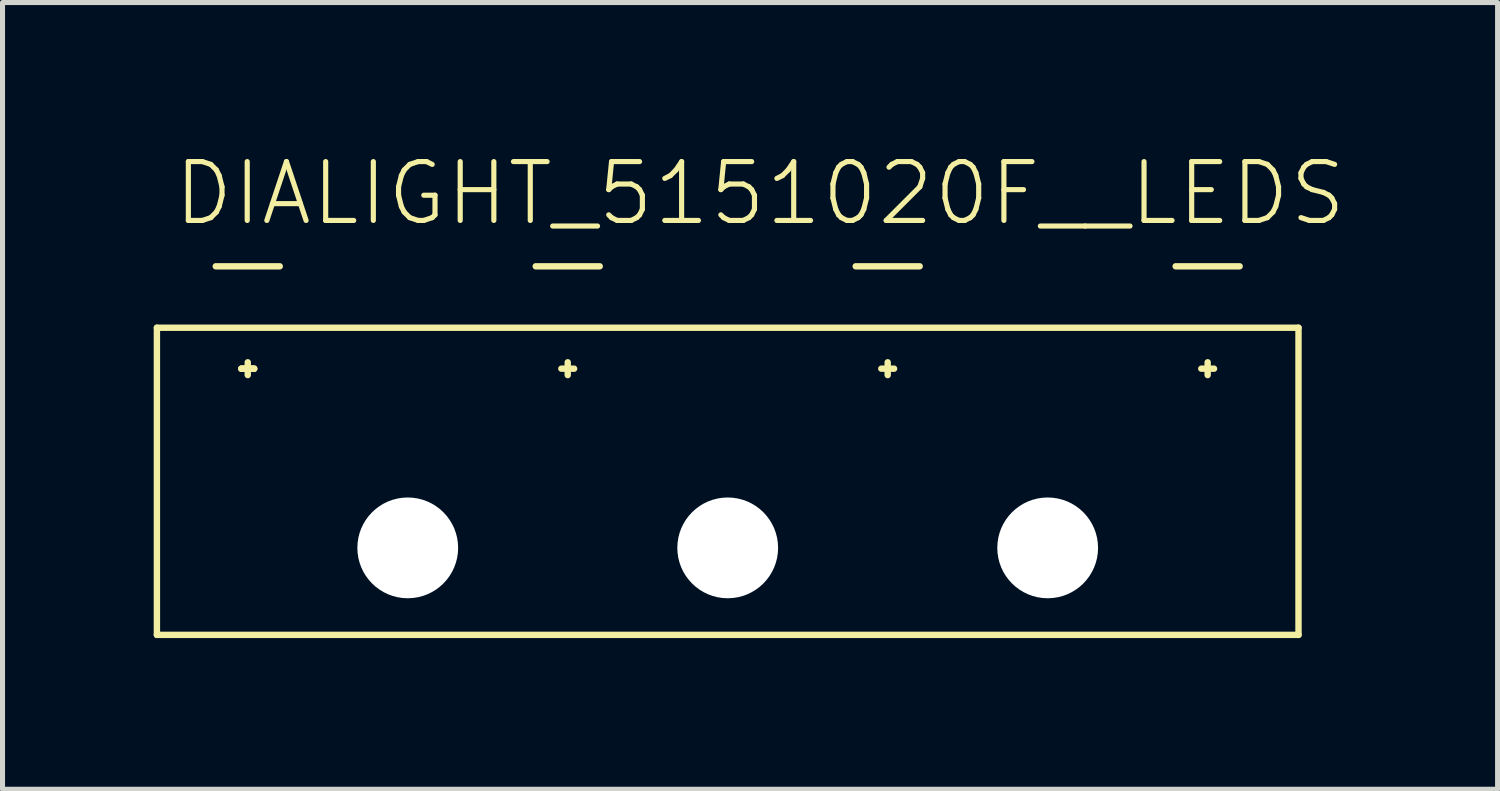
<source format=kicad_pcb>
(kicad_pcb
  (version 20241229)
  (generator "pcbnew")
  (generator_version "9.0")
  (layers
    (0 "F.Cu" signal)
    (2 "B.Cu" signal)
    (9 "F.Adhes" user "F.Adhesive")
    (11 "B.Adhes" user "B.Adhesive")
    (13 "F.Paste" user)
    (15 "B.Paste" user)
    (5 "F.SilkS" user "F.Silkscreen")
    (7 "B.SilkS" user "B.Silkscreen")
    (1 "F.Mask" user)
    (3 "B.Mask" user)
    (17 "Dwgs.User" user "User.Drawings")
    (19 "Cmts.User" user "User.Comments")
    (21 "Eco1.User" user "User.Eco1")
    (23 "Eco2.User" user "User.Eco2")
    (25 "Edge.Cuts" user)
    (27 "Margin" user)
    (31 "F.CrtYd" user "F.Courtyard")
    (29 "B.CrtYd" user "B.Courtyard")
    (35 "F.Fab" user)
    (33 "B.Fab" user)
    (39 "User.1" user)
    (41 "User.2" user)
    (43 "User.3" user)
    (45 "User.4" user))
  (footprint "DIALIGHT_5151020F__LEDS"
    (layer "F.Cu")
    (at 11.392 7.823)
    (property "Reference" "DIALIGHT_5151020F__LEDS" (at -11.049 -6.35 0) (layer "F.SilkS") (effects (font (size 1.168 1.168) (thickness 0.102)) (justify left bottom)))
    (fp_line (start -11.328 -4.369) (end 11.328 -4.369) (stroke (width 0.127) (type solid)) (layer "F.SilkS"))
    (fp_line (start -11.328 1.727) (end -11.328 -4.369) (stroke (width 0.127) (type solid)) (layer "F.SilkS"))
    (fp_line (start -10.16 -5.588) (end -8.89 -5.588) (stroke (width 0.127) (type solid)) (layer "F.SilkS"))
    (fp_line (start -9.652 -3.556) (end -9.398 -3.556) (stroke (width 0.127) (type solid)) (layer "F.SilkS"))
    (fp_line (start -9.652 -3.556) (end -9.398 -3.556) (stroke (width 0.127) (type solid)) (layer "F.SilkS"))
    (fp_line (start -9.652 -3.556) (end -9.398 -3.556) (stroke (width 0.127) (type solid)) (layer "F.SilkS"))
    (fp_line (start -9.525 -3.683) (end -9.525 -3.429) (stroke (width 0.127) (type solid)) (layer "F.SilkS"))
    (fp_line (start -3.81 -5.588) (end -2.54 -5.588) (stroke (width 0.127) (type solid)) (layer "F.SilkS"))
    (fp_line (start -3.302 -3.556) (end -3.048 -3.556) (stroke (width 0.127) (type solid)) (layer "F.SilkS"))
    (fp_line (start -3.175 -3.683) (end -3.175 -3.429) (stroke (width 0.127) (type solid)) (layer "F.SilkS"))
    (fp_line (start 2.54 -5.588) (end 3.81 -5.588) (stroke (width 0.127) (type solid)) (layer "F.SilkS"))
    (fp_line (start 3.048 -3.556) (end 3.302 -3.556) (stroke (width 0.127) (type solid)) (layer "F.SilkS"))
    (fp_line (start 3.175 -3.683) (end 3.175 -3.429) (stroke (width 0.127) (type solid)) (layer "F.SilkS"))
    (fp_line (start 8.89 -5.588) (end 10.16 -5.588) (stroke (width 0.127) (type solid)) (layer "F.SilkS"))
    (fp_line (start 9.398 -3.556) (end 9.652 -3.556) (stroke (width 0.127) (type solid)) (layer "F.SilkS"))
    (fp_line (start 9.525 -3.683) (end 9.525 -3.429) (stroke (width 0.127) (type solid)) (layer "F.SilkS"))
    (fp_line (start 11.328 -4.369) (end 11.328 1.727) (stroke (width 0.127) (type solid)) (layer "F.SilkS"))
    (fp_line (start 11.328 1.727) (end -11.328 1.727) (stroke (width 0.127) (type solid)) (layer "F.SilkS"))
    (pad "" np_thru_hole circle (at -6.35 0) (size 2 2) (drill 2) (layers "*.Cu" "*.Mask"))
    (pad "" np_thru_hole circle (at 0 0) (size 2 2) (drill 2) (layers "*.Cu" "*.Mask"))
    (pad "" np_thru_hole circle (at 6.35 0) (size 2 2) (drill 2) (layers "*.Cu" "*.Mask")))
  (gr_rect
    (start -3 -3)
    (end 26.671 12.614)
    (stroke (width 0.1) (type default))
    (fill no)
    (layer "Edge.Cuts")))
</source>
